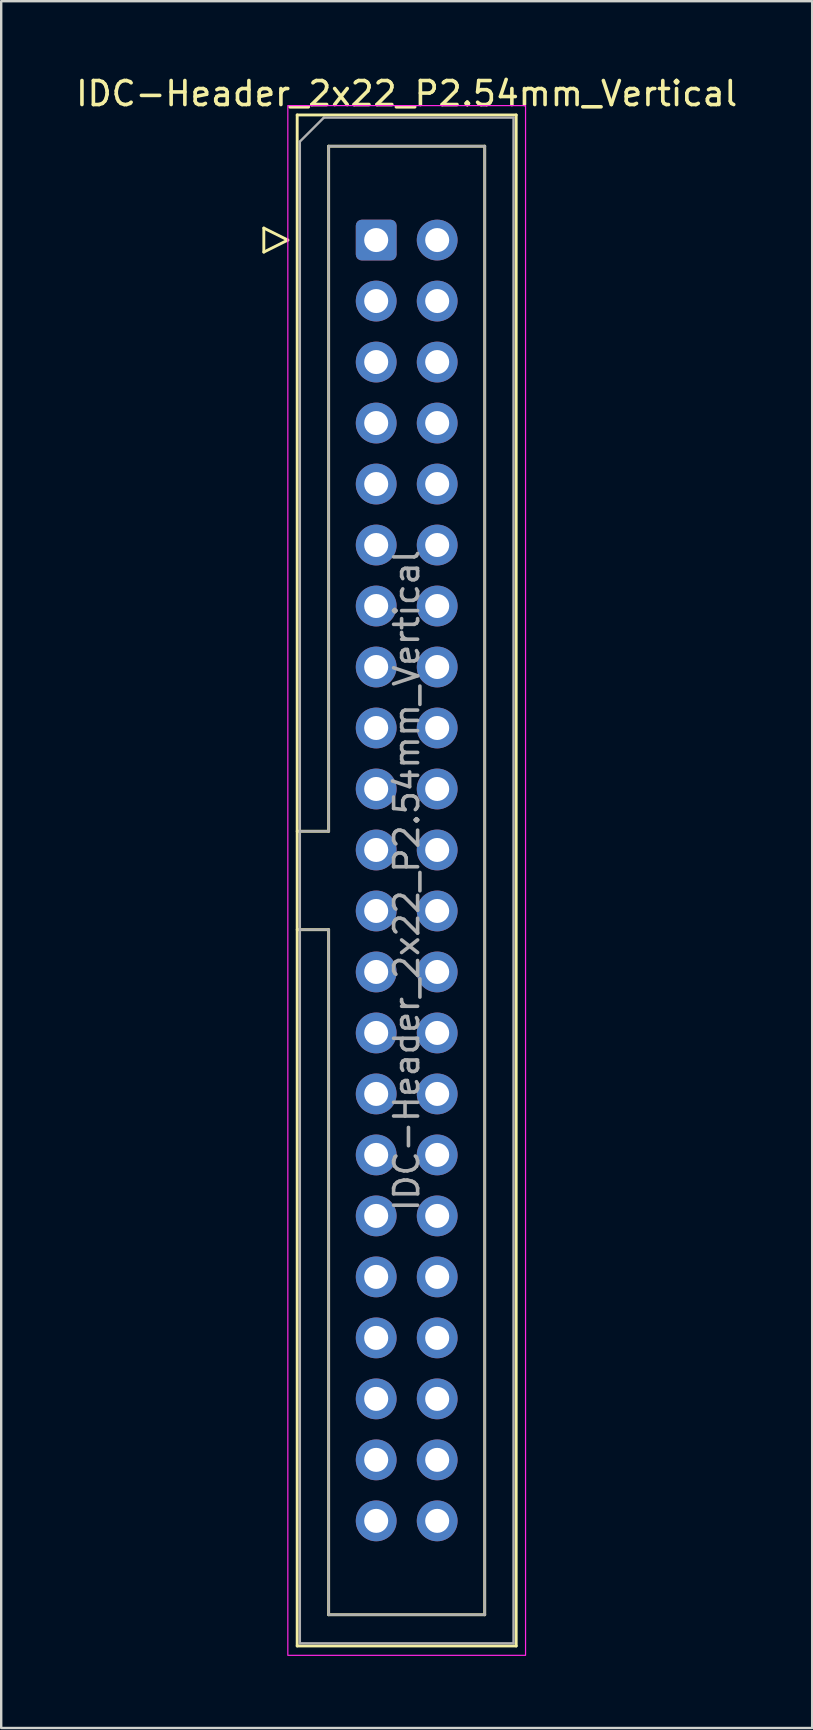
<source format=kicad_pcb>
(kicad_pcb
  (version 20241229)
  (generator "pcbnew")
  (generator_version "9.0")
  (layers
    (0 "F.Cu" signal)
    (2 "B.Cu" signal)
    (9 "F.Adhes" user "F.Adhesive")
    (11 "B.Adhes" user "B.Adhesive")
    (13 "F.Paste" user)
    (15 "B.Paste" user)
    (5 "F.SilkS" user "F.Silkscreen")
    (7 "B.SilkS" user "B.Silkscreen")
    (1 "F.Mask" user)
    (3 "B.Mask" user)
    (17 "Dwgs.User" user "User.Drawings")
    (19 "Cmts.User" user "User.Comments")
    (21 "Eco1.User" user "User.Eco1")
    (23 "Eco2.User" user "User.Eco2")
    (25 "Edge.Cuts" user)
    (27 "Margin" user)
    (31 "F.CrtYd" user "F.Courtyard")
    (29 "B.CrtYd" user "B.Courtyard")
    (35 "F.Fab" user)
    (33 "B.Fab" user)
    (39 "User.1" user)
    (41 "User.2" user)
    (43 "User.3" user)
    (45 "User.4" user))
  (footprint "IDC-Header_2x22_P2.54mm_Vertical"
    (layer "F.Cu")
    (at 12.617 6.948)
    (property "Reference" "IDC-Header_2x22_P2.54mm_Vertical" (at 1.27 -6.1 0) (layer "F.SilkS") (effects (font (size 1 1) (thickness 0.15))))
    (attr through_hole)
    (fp_line (start -4.68 -0.5) (end -4.68 0.5) (stroke (width 0.12) (type solid)) (layer "F.SilkS"))
    (fp_line (start -4.68 0.5) (end -3.68 0) (stroke (width 0.12) (type solid)) (layer "F.SilkS"))
    (fp_line (start -3.68 0) (end -4.68 -0.5) (stroke (width 0.12) (type solid)) (layer "F.SilkS"))
    (fp_line (start -3.29 -5.21) (end 5.83 -5.21) (stroke (width 0.12) (type solid)) (layer "F.SilkS"))
    (fp_line (start -3.29 24.62) (end -1.98 24.62) (stroke (width 0.12) (type solid)) (layer "F.SilkS"))
    (fp_line (start -3.29 58.55) (end -3.29 -5.21) (stroke (width 0.12) (type solid)) (layer "F.SilkS"))
    (fp_line (start -1.98 -3.91) (end 4.52 -3.91) (stroke (width 0.12) (type solid)) (layer "F.SilkS"))
    (fp_line (start -1.98 24.62) (end -1.98 -3.91) (stroke (width 0.12) (type solid)) (layer "F.SilkS"))
    (fp_line (start -1.98 28.72) (end -3.29 28.72) (stroke (width 0.12) (type solid)) (layer "F.SilkS"))
    (fp_line (start -1.98 57.25) (end -1.98 28.72) (stroke (width 0.12) (type solid)) (layer "F.SilkS"))
    (fp_line (start 4.52 -3.91) (end 4.52 57.25) (stroke (width 0.12) (type solid)) (layer "F.SilkS"))
    (fp_line (start 4.52 57.25) (end -1.98 57.25) (stroke (width 0.12) (type solid)) (layer "F.SilkS"))
    (fp_line (start 5.83 -5.21) (end 5.83 58.55) (stroke (width 0.12) (type solid)) (layer "F.SilkS"))
    (fp_line (start 5.83 58.55) (end -3.29 58.55) (stroke (width 0.12) (type solid)) (layer "F.SilkS"))
    (fp_rect (start -3.68 -5.6) (end 6.22 58.94) (stroke (width 0.05) (type solid)) (fill no) (layer "F.CrtYd"))
    (fp_line (start -3.18 -4.1) (end -2.18 -5.1) (stroke (width 0.1) (type solid)) (layer "F.Fab"))
    (fp_line (start -3.18 24.62) (end -1.98 24.62) (stroke (width 0.1) (type solid)) (layer "F.Fab"))
    (fp_line (start -3.18 58.44) (end -3.18 -4.1) (stroke (width 0.1) (type solid)) (layer "F.Fab"))
    (fp_line (start -2.18 -5.1) (end 5.72 -5.1) (stroke (width 0.1) (type solid)) (layer "F.Fab"))
    (fp_line (start -1.98 -3.91) (end 4.52 -3.91) (stroke (width 0.1) (type solid)) (layer "F.Fab"))
    (fp_line (start -1.98 24.62) (end -1.98 -3.91) (stroke (width 0.1) (type solid)) (layer "F.Fab"))
    (fp_line (start -1.98 28.72) (end -3.18 28.72) (stroke (width 0.1) (type solid)) (layer "F.Fab"))
    (fp_line (start -1.98 57.25) (end -1.98 28.72) (stroke (width 0.1) (type solid)) (layer "F.Fab"))
    (fp_line (start 4.52 -3.91) (end 4.52 57.25) (stroke (width 0.1) (type solid)) (layer "F.Fab"))
    (fp_line (start 4.52 57.25) (end -1.98 57.25) (stroke (width 0.1) (type solid)) (layer "F.Fab"))
    (fp_line (start 5.72 -5.1) (end 5.72 58.44) (stroke (width 0.1) (type solid)) (layer "F.Fab"))
    (fp_line (start 5.72 58.44) (end -3.18 58.44) (stroke (width 0.1) (type solid)) (layer "F.Fab"))
    (fp_text user "${REFERENCE}" (at 1.27 26.67 90) (layer "F.Fab") (effects (font (size 1 1) (thickness 0.15))))
    (pad "1" thru_hole roundrect (at 0 0) (size 1.7 1.7) (drill 1) (layers "*.Cu" "*.Mask") (roundrect_rratio 0.147))
    (pad "2" thru_hole circle (at 2.54 0) (size 1.7 1.7) (drill 1) (layers "*.Cu" "*.Mask"))
    (pad "3" thru_hole circle (at 0 2.54) (size 1.7 1.7) (drill 1) (layers "*.Cu" "*.Mask"))
    (pad "4" thru_hole circle (at 2.54 2.54) (size 1.7 1.7) (drill 1) (layers "*.Cu" "*.Mask"))
    (pad "5" thru_hole circle (at 0 5.08) (size 1.7 1.7) (drill 1) (layers "*.Cu" "*.Mask"))
    (pad "6" thru_hole circle (at 2.54 5.08) (size 1.7 1.7) (drill 1) (layers "*.Cu" "*.Mask"))
    (pad "7" thru_hole circle (at 0 7.62) (size 1.7 1.7) (drill 1) (layers "*.Cu" "*.Mask"))
    (pad "8" thru_hole circle (at 2.54 7.62) (size 1.7 1.7) (drill 1) (layers "*.Cu" "*.Mask"))
    (pad "9" thru_hole circle (at 0 10.16) (size 1.7 1.7) (drill 1) (layers "*.Cu" "*.Mask"))
    (pad "10" thru_hole circle (at 2.54 10.16) (size 1.7 1.7) (drill 1) (layers "*.Cu" "*.Mask"))
    (pad "11" thru_hole circle (at 0 12.7) (size 1.7 1.7) (drill 1) (layers "*.Cu" "*.Mask"))
    (pad "12" thru_hole circle (at 2.54 12.7) (size 1.7 1.7) (drill 1) (layers "*.Cu" "*.Mask"))
    (pad "13" thru_hole circle (at 0 15.24) (size 1.7 1.7) (drill 1) (layers "*.Cu" "*.Mask"))
    (pad "14" thru_hole circle (at 2.54 15.24) (size 1.7 1.7) (drill 1) (layers "*.Cu" "*.Mask"))
    (pad "15" thru_hole circle (at 0 17.78) (size 1.7 1.7) (drill 1) (layers "*.Cu" "*.Mask"))
    (pad "16" thru_hole circle (at 2.54 17.78) (size 1.7 1.7) (drill 1) (layers "*.Cu" "*.Mask"))
    (pad "17" thru_hole circle (at 0 20.32) (size 1.7 1.7) (drill 1) (layers "*.Cu" "*.Mask"))
    (pad "18" thru_hole circle (at 2.54 20.32) (size 1.7 1.7) (drill 1) (layers "*.Cu" "*.Mask"))
    (pad "19" thru_hole circle (at 0 22.86) (size 1.7 1.7) (drill 1) (layers "*.Cu" "*.Mask"))
    (pad "20" thru_hole circle (at 2.54 22.86) (size 1.7 1.7) (drill 1) (layers "*.Cu" "*.Mask"))
    (pad "21" thru_hole circle (at 0 25.4) (size 1.7 1.7) (drill 1) (layers "*.Cu" "*.Mask"))
    (pad "22" thru_hole circle (at 2.54 25.4) (size 1.7 1.7) (drill 1) (layers "*.Cu" "*.Mask"))
    (pad "23" thru_hole circle (at 0 27.94) (size 1.7 1.7) (drill 1) (layers "*.Cu" "*.Mask"))
    (pad "24" thru_hole circle (at 2.54 27.94) (size 1.7 1.7) (drill 1) (layers "*.Cu" "*.Mask"))
    (pad "25" thru_hole circle (at 0 30.48) (size 1.7 1.7) (drill 1) (layers "*.Cu" "*.Mask"))
    (pad "26" thru_hole circle (at 2.54 30.48) (size 1.7 1.7) (drill 1) (layers "*.Cu" "*.Mask"))
    (pad "27" thru_hole circle (at 0 33.02) (size 1.7 1.7) (drill 1) (layers "*.Cu" "*.Mask"))
    (pad "28" thru_hole circle (at 2.54 33.02) (size 1.7 1.7) (drill 1) (layers "*.Cu" "*.Mask"))
    (pad "29" thru_hole circle (at 0 35.56) (size 1.7 1.7) (drill 1) (layers "*.Cu" "*.Mask"))
    (pad "30" thru_hole circle (at 2.54 35.56) (size 1.7 1.7) (drill 1) (layers "*.Cu" "*.Mask"))
    (pad "31" thru_hole circle (at 0 38.1) (size 1.7 1.7) (drill 1) (layers "*.Cu" "*.Mask"))
    (pad "32" thru_hole circle (at 2.54 38.1) (size 1.7 1.7) (drill 1) (layers "*.Cu" "*.Mask"))
    (pad "33" thru_hole circle (at 0 40.64) (size 1.7 1.7) (drill 1) (layers "*.Cu" "*.Mask"))
    (pad "34" thru_hole circle (at 2.54 40.64) (size 1.7 1.7) (drill 1) (layers "*.Cu" "*.Mask"))
    (pad "35" thru_hole circle (at 0 43.18) (size 1.7 1.7) (drill 1) (layers "*.Cu" "*.Mask"))
    (pad "36" thru_hole circle (at 2.54 43.18) (size 1.7 1.7) (drill 1) (layers "*.Cu" "*.Mask"))
    (pad "37" thru_hole circle (at 0 45.72) (size 1.7 1.7) (drill 1) (layers "*.Cu" "*.Mask"))
    (pad "38" thru_hole circle (at 2.54 45.72) (size 1.7 1.7) (drill 1) (layers "*.Cu" "*.Mask"))
    (pad "39" thru_hole circle (at 0 48.26) (size 1.7 1.7) (drill 1) (layers "*.Cu" "*.Mask"))
    (pad "40" thru_hole circle (at 2.54 48.26) (size 1.7 1.7) (drill 1) (layers "*.Cu" "*.Mask"))
    (pad "41" thru_hole circle (at 0 50.8) (size 1.7 1.7) (drill 1) (layers "*.Cu" "*.Mask"))
    (pad "42" thru_hole circle (at 2.54 50.8) (size 1.7 1.7) (drill 1) (layers "*.Cu" "*.Mask"))
    (pad "43" thru_hole circle (at 0 53.34) (size 1.7 1.7) (drill 1) (layers "*.Cu" "*.Mask"))
    (pad "44" thru_hole circle (at 2.54 53.34) (size 1.7 1.7) (drill 1) (layers "*.Cu" "*.Mask")))
  (gr_rect
    (start -3 -3)
    (end 30.774 68.913)
    (stroke (width 0.1) (type default))
    (fill no)
    (layer "Edge.Cuts")))
</source>
